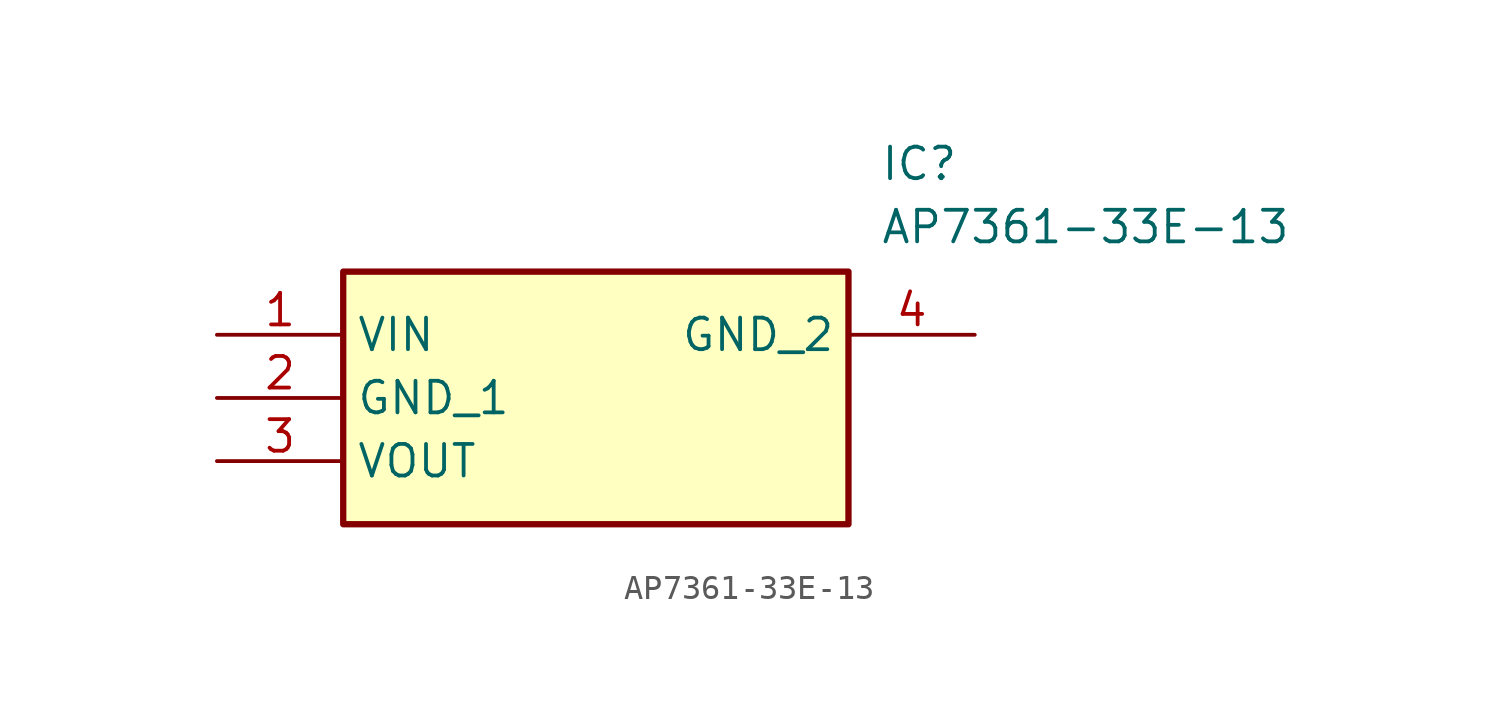
<source format=kicad_sym>
(kicad_symbol_lib
  (version 20211014)
  (generator SamacSys_ECAD_Model)
  (symbol "AP7361-33E-13"
    (property "Reference" "IC"
      (at 26.67 7.62 0)
      (effects (font (size 1.27 1.27)) (justify left top)))
    (property "Value" "AP7361-33E-13"
      (at 26.67 5.08 0)
      (effects (font (size 1.27 1.27)) (justify left top)))
    (rectangle
      (start 5.08 2.54)
      (end 25.4 -7.62)
      (stroke (width 0.254) (type default))
      (fill (type background)))
    (pin passive line
      (at 0 0 0)
      (length 5.08)
      (name "VIN" (effects (font (size 1.27 1.27))))
      (number "1" (effects (font (size 1.27 1.27)))))
    (pin passive line
      (at 0 -2.54 0)
      (length 5.08)
      (name "GND_1" (effects (font (size 1.27 1.27))))
      (number "2" (effects (font (size 1.27 1.27)))))
    (pin passive line
      (at 0 -5.08 0)
      (length 5.08)
      (name "VOUT" (effects (font (size 1.27 1.27))))
      (number "3" (effects (font (size 1.27 1.27)))))
    (pin passive line
      (at 30.48 0 180)
      (length 5.08)
      (name "GND_2" (effects (font (size 1.27 1.27))))
      (number "4" (effects (font (size 1.27 1.27)))))))
</source>
